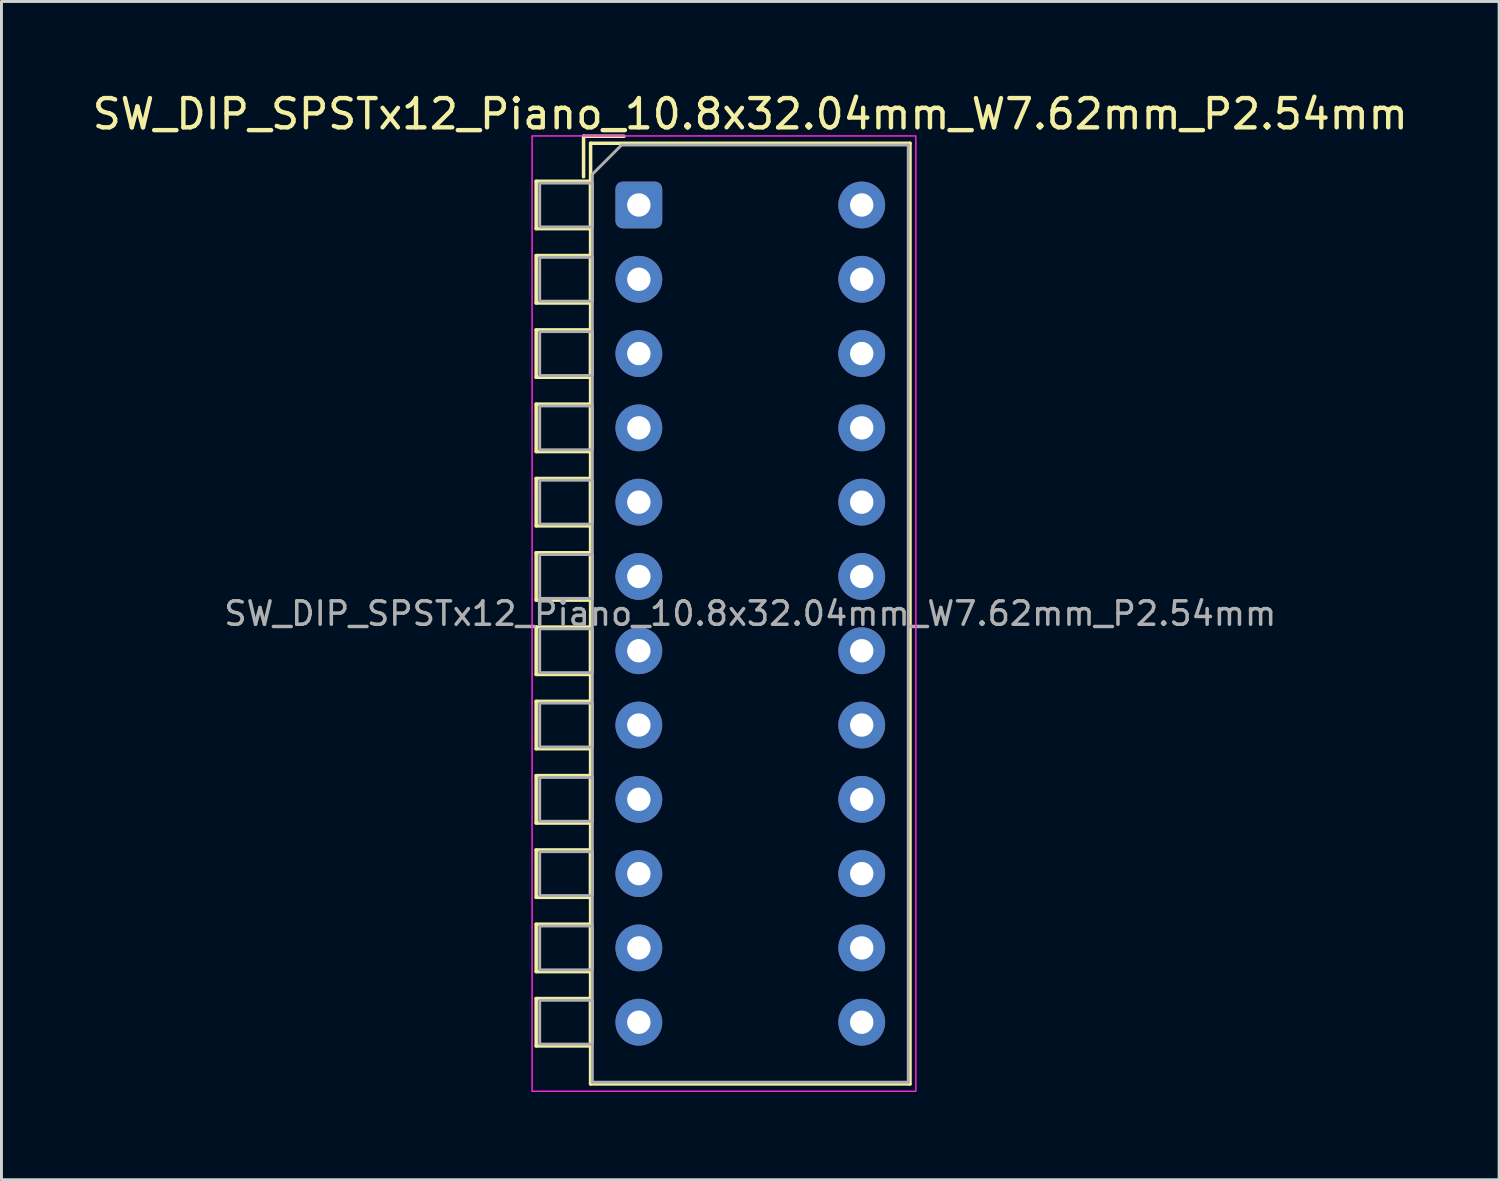
<source format=kicad_pcb>
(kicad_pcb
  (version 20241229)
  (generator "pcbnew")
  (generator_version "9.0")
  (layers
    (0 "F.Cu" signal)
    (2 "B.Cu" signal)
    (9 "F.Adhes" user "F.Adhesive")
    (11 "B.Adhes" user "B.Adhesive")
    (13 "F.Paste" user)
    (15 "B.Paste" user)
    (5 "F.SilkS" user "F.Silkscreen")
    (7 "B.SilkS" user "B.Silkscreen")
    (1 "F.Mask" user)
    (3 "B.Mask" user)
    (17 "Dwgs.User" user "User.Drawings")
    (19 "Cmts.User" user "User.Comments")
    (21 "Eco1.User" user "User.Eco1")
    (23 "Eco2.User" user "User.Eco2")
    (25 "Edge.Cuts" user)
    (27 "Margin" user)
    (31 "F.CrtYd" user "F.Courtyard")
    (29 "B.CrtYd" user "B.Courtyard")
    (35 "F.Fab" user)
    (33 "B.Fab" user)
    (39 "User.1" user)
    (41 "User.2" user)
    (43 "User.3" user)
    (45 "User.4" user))
  (footprint "SW_DIP_SPSTx12_Piano_10.8x32.04mm_W7.62mm_P2.54mm"
    (layer "F.Cu")
    (at 18.791 3.958)
    (property "Reference" "SW_DIP_SPSTx12_Piano_10.8x32.04mm_W7.62mm_P2.54mm" (at 3.81 -3.11 0) (layer "F.SilkS") (effects (font (size 1 1) (thickness 0.15))))
    (attr through_hole)
    (fp_line (start -3.51 -0.81) (end -1.65 -0.81) (stroke (width 0.12) (type solid)) (layer "F.SilkS"))
    (fp_line (start -3.51 0.81) (end -3.51 -0.81) (stroke (width 0.12) (type solid)) (layer "F.SilkS"))
    (fp_line (start -3.51 1.73) (end -1.65 1.73) (stroke (width 0.12) (type solid)) (layer "F.SilkS"))
    (fp_line (start -3.51 3.35) (end -3.51 1.73) (stroke (width 0.12) (type solid)) (layer "F.SilkS"))
    (fp_line (start -3.51 4.27) (end -1.65 4.27) (stroke (width 0.12) (type solid)) (layer "F.SilkS"))
    (fp_line (start -3.51 5.89) (end -3.51 4.27) (stroke (width 0.12) (type solid)) (layer "F.SilkS"))
    (fp_line (start -3.51 6.81) (end -1.65 6.81) (stroke (width 0.12) (type solid)) (layer "F.SilkS"))
    (fp_line (start -3.51 8.43) (end -3.51 6.81) (stroke (width 0.12) (type solid)) (layer "F.SilkS"))
    (fp_line (start -3.51 9.35) (end -1.65 9.35) (stroke (width 0.12) (type solid)) (layer "F.SilkS"))
    (fp_line (start -3.51 10.97) (end -3.51 9.35) (stroke (width 0.12) (type solid)) (layer "F.SilkS"))
    (fp_line (start -3.51 11.89) (end -1.65 11.89) (stroke (width 0.12) (type solid)) (layer "F.SilkS"))
    (fp_line (start -3.51 13.51) (end -3.51 11.89) (stroke (width 0.12) (type solid)) (layer "F.SilkS"))
    (fp_line (start -3.51 14.43) (end -1.65 14.43) (stroke (width 0.12) (type solid)) (layer "F.SilkS"))
    (fp_line (start -3.51 16.05) (end -3.51 14.43) (stroke (width 0.12) (type solid)) (layer "F.SilkS"))
    (fp_line (start -3.51 16.97) (end -1.65 16.97) (stroke (width 0.12) (type solid)) (layer "F.SilkS"))
    (fp_line (start -3.51 18.59) (end -3.51 16.97) (stroke (width 0.12) (type solid)) (layer "F.SilkS"))
    (fp_line (start -3.51 19.51) (end -1.65 19.51) (stroke (width 0.12) (type solid)) (layer "F.SilkS"))
    (fp_line (start -3.51 21.13) (end -3.51 19.51) (stroke (width 0.12) (type solid)) (layer "F.SilkS"))
    (fp_line (start -3.51 22.05) (end -1.65 22.05) (stroke (width 0.12) (type solid)) (layer "F.SilkS"))
    (fp_line (start -3.51 23.67) (end -3.51 22.05) (stroke (width 0.12) (type solid)) (layer "F.SilkS"))
    (fp_line (start -3.51 24.59) (end -1.65 24.59) (stroke (width 0.12) (type solid)) (layer "F.SilkS"))
    (fp_line (start -3.51 26.21) (end -3.51 24.59) (stroke (width 0.12) (type solid)) (layer "F.SilkS"))
    (fp_line (start -3.51 27.13) (end -1.65 27.13) (stroke (width 0.12) (type solid)) (layer "F.SilkS"))
    (fp_line (start -3.51 28.75) (end -3.51 27.13) (stroke (width 0.12) (type solid)) (layer "F.SilkS"))
    (fp_line (start -1.89 -2.35) (end -1.89 -0.967) (stroke (width 0.12) (type solid)) (layer "F.SilkS"))
    (fp_line (start -1.89 -2.35) (end -0.507 -2.35) (stroke (width 0.12) (type solid)) (layer "F.SilkS"))
    (fp_line (start -1.65 -2.11) (end -1.65 30.05) (stroke (width 0.12) (type solid)) (layer "F.SilkS"))
    (fp_line (start -1.65 -2.11) (end 9.27 -2.11) (stroke (width 0.12) (type solid)) (layer "F.SilkS"))
    (fp_line (start -1.65 -0.81) (end -1.65 0.81) (stroke (width 0.12) (type solid)) (layer "F.SilkS"))
    (fp_line (start -1.65 0.81) (end -3.51 0.81) (stroke (width 0.12) (type solid)) (layer "F.SilkS"))
    (fp_line (start -1.65 1.73) (end -1.65 3.35) (stroke (width 0.12) (type solid)) (layer "F.SilkS"))
    (fp_line (start -1.65 3.35) (end -3.51 3.35) (stroke (width 0.12) (type solid)) (layer "F.SilkS"))
    (fp_line (start -1.65 4.27) (end -1.65 5.89) (stroke (width 0.12) (type solid)) (layer "F.SilkS"))
    (fp_line (start -1.65 5.89) (end -3.51 5.89) (stroke (width 0.12) (type solid)) (layer "F.SilkS"))
    (fp_line (start -1.65 6.81) (end -1.65 8.43) (stroke (width 0.12) (type solid)) (layer "F.SilkS"))
    (fp_line (start -1.65 8.43) (end -3.51 8.43) (stroke (width 0.12) (type solid)) (layer "F.SilkS"))
    (fp_line (start -1.65 9.35) (end -1.65 10.97) (stroke (width 0.12) (type solid)) (layer "F.SilkS"))
    (fp_line (start -1.65 10.97) (end -3.51 10.97) (stroke (width 0.12) (type solid)) (layer "F.SilkS"))
    (fp_line (start -1.65 11.89) (end -1.65 13.51) (stroke (width 0.12) (type solid)) (layer "F.SilkS"))
    (fp_line (start -1.65 13.51) (end -3.51 13.51) (stroke (width 0.12) (type solid)) (layer "F.SilkS"))
    (fp_line (start -1.65 14.43) (end -1.65 16.05) (stroke (width 0.12) (type solid)) (layer "F.SilkS"))
    (fp_line (start -1.65 16.05) (end -3.51 16.05) (stroke (width 0.12) (type solid)) (layer "F.SilkS"))
    (fp_line (start -1.65 16.97) (end -1.65 18.59) (stroke (width 0.12) (type solid)) (layer "F.SilkS"))
    (fp_line (start -1.65 18.59) (end -3.51 18.59) (stroke (width 0.12) (type solid)) (layer "F.SilkS"))
    (fp_line (start -1.65 19.51) (end -1.65 21.13) (stroke (width 0.12) (type solid)) (layer "F.SilkS"))
    (fp_line (start -1.65 21.13) (end -3.51 21.13) (stroke (width 0.12) (type solid)) (layer "F.SilkS"))
    (fp_line (start -1.65 22.05) (end -1.65 23.67) (stroke (width 0.12) (type solid)) (layer "F.SilkS"))
    (fp_line (start -1.65 23.67) (end -3.51 23.67) (stroke (width 0.12) (type solid)) (layer "F.SilkS"))
    (fp_line (start -1.65 24.59) (end -1.65 26.21) (stroke (width 0.12) (type solid)) (layer "F.SilkS"))
    (fp_line (start -1.65 26.21) (end -3.51 26.21) (stroke (width 0.12) (type solid)) (layer "F.SilkS"))
    (fp_line (start -1.65 27.13) (end -1.65 28.75) (stroke (width 0.12) (type solid)) (layer "F.SilkS"))
    (fp_line (start -1.65 28.75) (end -3.51 28.75) (stroke (width 0.12) (type solid)) (layer "F.SilkS"))
    (fp_line (start -1.65 30.05) (end 9.27 30.05) (stroke (width 0.12) (type solid)) (layer "F.SilkS"))
    (fp_line (start 9.27 -2.11) (end 9.27 30.05) (stroke (width 0.12) (type solid)) (layer "F.SilkS"))
    (fp_rect (start -3.65 -2.36) (end 9.47 30.3) (stroke (width 0.05) (type solid)) (fill no) (layer "F.CrtYd"))
    (fp_line (start -1.59 -1.05) (end -0.59 -2.05) (stroke (width 0.1) (type solid)) (layer "F.Fab"))
    (fp_line (start -1.59 29.99) (end -1.59 -1.05) (stroke (width 0.1) (type solid)) (layer "F.Fab"))
    (fp_line (start -0.59 -2.05) (end 9.21 -2.05) (stroke (width 0.1) (type solid)) (layer "F.Fab"))
    (fp_line (start 9.21 -2.05) (end 9.21 29.99) (stroke (width 0.1) (type solid)) (layer "F.Fab"))
    (fp_line (start 9.21 29.99) (end -1.59 29.99) (stroke (width 0.1) (type solid)) (layer "F.Fab"))
    (fp_rect (start -3.39 -0.75) (end -1.59 0.75) (stroke (width 0.1) (type solid)) (fill no) (layer "F.Fab"))
    (fp_rect (start -3.39 1.79) (end -1.59 3.29) (stroke (width 0.1) (type solid)) (fill no) (layer "F.Fab"))
    (fp_rect (start -3.39 4.33) (end -1.59 5.83) (stroke (width 0.1) (type solid)) (fill no) (layer "F.Fab"))
    (fp_rect (start -3.39 6.87) (end -1.59 8.37) (stroke (width 0.1) (type solid)) (fill no) (layer "F.Fab"))
    (fp_rect (start -3.39 9.41) (end -1.59 10.91) (stroke (width 0.1) (type solid)) (fill no) (layer "F.Fab"))
    (fp_rect (start -3.39 11.95) (end -1.59 13.45) (stroke (width 0.1) (type solid)) (fill no) (layer "F.Fab"))
    (fp_rect (start -3.39 14.49) (end -1.59 15.99) (stroke (width 0.1) (type solid)) (fill no) (layer "F.Fab"))
    (fp_rect (start -3.39 17.03) (end -1.59 18.53) (stroke (width 0.1) (type solid)) (fill no) (layer "F.Fab"))
    (fp_rect (start -3.39 19.57) (end -1.59 21.07) (stroke (width 0.1) (type solid)) (fill no) (layer "F.Fab"))
    (fp_rect (start -3.39 22.11) (end -1.59 23.61) (stroke (width 0.1) (type solid)) (fill no) (layer "F.Fab"))
    (fp_rect (start -3.39 24.65) (end -1.59 26.15) (stroke (width 0.1) (type solid)) (fill no) (layer "F.Fab"))
    (fp_rect (start -3.39 27.19) (end -1.59 28.69) (stroke (width 0.1) (type solid)) (fill no) (layer "F.Fab"))
    (fp_text user "${REFERENCE}" (at 3.81 13.97 0) (layer "F.Fab") (effects (font (size 0.8 0.8) (thickness 0.12))))
    (pad "1" thru_hole roundrect (at 0 0) (size 1.6 1.6) (drill 0.8) (layers "*.Cu" "*.Mask") (roundrect_rratio 0.156))
    (pad "2" thru_hole circle (at 0 2.54) (size 1.6 1.6) (drill 0.8) (layers "*.Cu" "*.Mask"))
    (pad "3" thru_hole circle (at 0 5.08) (size 1.6 1.6) (drill 0.8) (layers "*.Cu" "*.Mask"))
    (pad "4" thru_hole circle (at 0 7.62) (size 1.6 1.6) (drill 0.8) (layers "*.Cu" "*.Mask"))
    (pad "5" thru_hole circle (at 0 10.16) (size 1.6 1.6) (drill 0.8) (layers "*.Cu" "*.Mask"))
    (pad "6" thru_hole circle (at 0 12.7) (size 1.6 1.6) (drill 0.8) (layers "*.Cu" "*.Mask"))
    (pad "7" thru_hole circle (at 0 15.24) (size 1.6 1.6) (drill 0.8) (layers "*.Cu" "*.Mask"))
    (pad "8" thru_hole circle (at 0 17.78) (size 1.6 1.6) (drill 0.8) (layers "*.Cu" "*.Mask"))
    (pad "9" thru_hole circle (at 0 20.32) (size 1.6 1.6) (drill 0.8) (layers "*.Cu" "*.Mask"))
    (pad "10" thru_hole circle (at 0 22.86) (size 1.6 1.6) (drill 0.8) (layers "*.Cu" "*.Mask"))
    (pad "11" thru_hole circle (at 0 25.4) (size 1.6 1.6) (drill 0.8) (layers "*.Cu" "*.Mask"))
    (pad "12" thru_hole circle (at 0 27.94) (size 1.6 1.6) (drill 0.8) (layers "*.Cu" "*.Mask"))
    (pad "13" thru_hole circle (at 7.62 27.94) (size 1.6 1.6) (drill 0.8) (layers "*.Cu" "*.Mask"))
    (pad "14" thru_hole circle (at 7.62 25.4) (size 1.6 1.6) (drill 0.8) (layers "*.Cu" "*.Mask"))
    (pad "15" thru_hole circle (at 7.62 22.86) (size 1.6 1.6) (drill 0.8) (layers "*.Cu" "*.Mask"))
    (pad "16" thru_hole circle (at 7.62 20.32) (size 1.6 1.6) (drill 0.8) (layers "*.Cu" "*.Mask"))
    (pad "17" thru_hole circle (at 7.62 17.78) (size 1.6 1.6) (drill 0.8) (layers "*.Cu" "*.Mask"))
    (pad "18" thru_hole circle (at 7.62 15.24) (size 1.6 1.6) (drill 0.8) (layers "*.Cu" "*.Mask"))
    (pad "19" thru_hole circle (at 7.62 12.7) (size 1.6 1.6) (drill 0.8) (layers "*.Cu" "*.Mask"))
    (pad "20" thru_hole circle (at 7.62 10.16) (size 1.6 1.6) (drill 0.8) (layers "*.Cu" "*.Mask"))
    (pad "21" thru_hole circle (at 7.62 7.62) (size 1.6 1.6) (drill 0.8) (layers "*.Cu" "*.Mask"))
    (pad "22" thru_hole circle (at 7.62 5.08) (size 1.6 1.6) (drill 0.8) (layers "*.Cu" "*.Mask"))
    (pad "23" thru_hole circle (at 7.62 2.54) (size 1.6 1.6) (drill 0.8) (layers "*.Cu" "*.Mask"))
    (pad "24" thru_hole circle (at 7.62 0) (size 1.6 1.6) (drill 0.8) (layers "*.Cu" "*.Mask")))
  (gr_rect
    (start -3 -3)
    (end 48.202 37.283)
    (stroke (width 0.1) (type default))
    (fill no)
    (layer "Edge.Cuts")))
</source>
